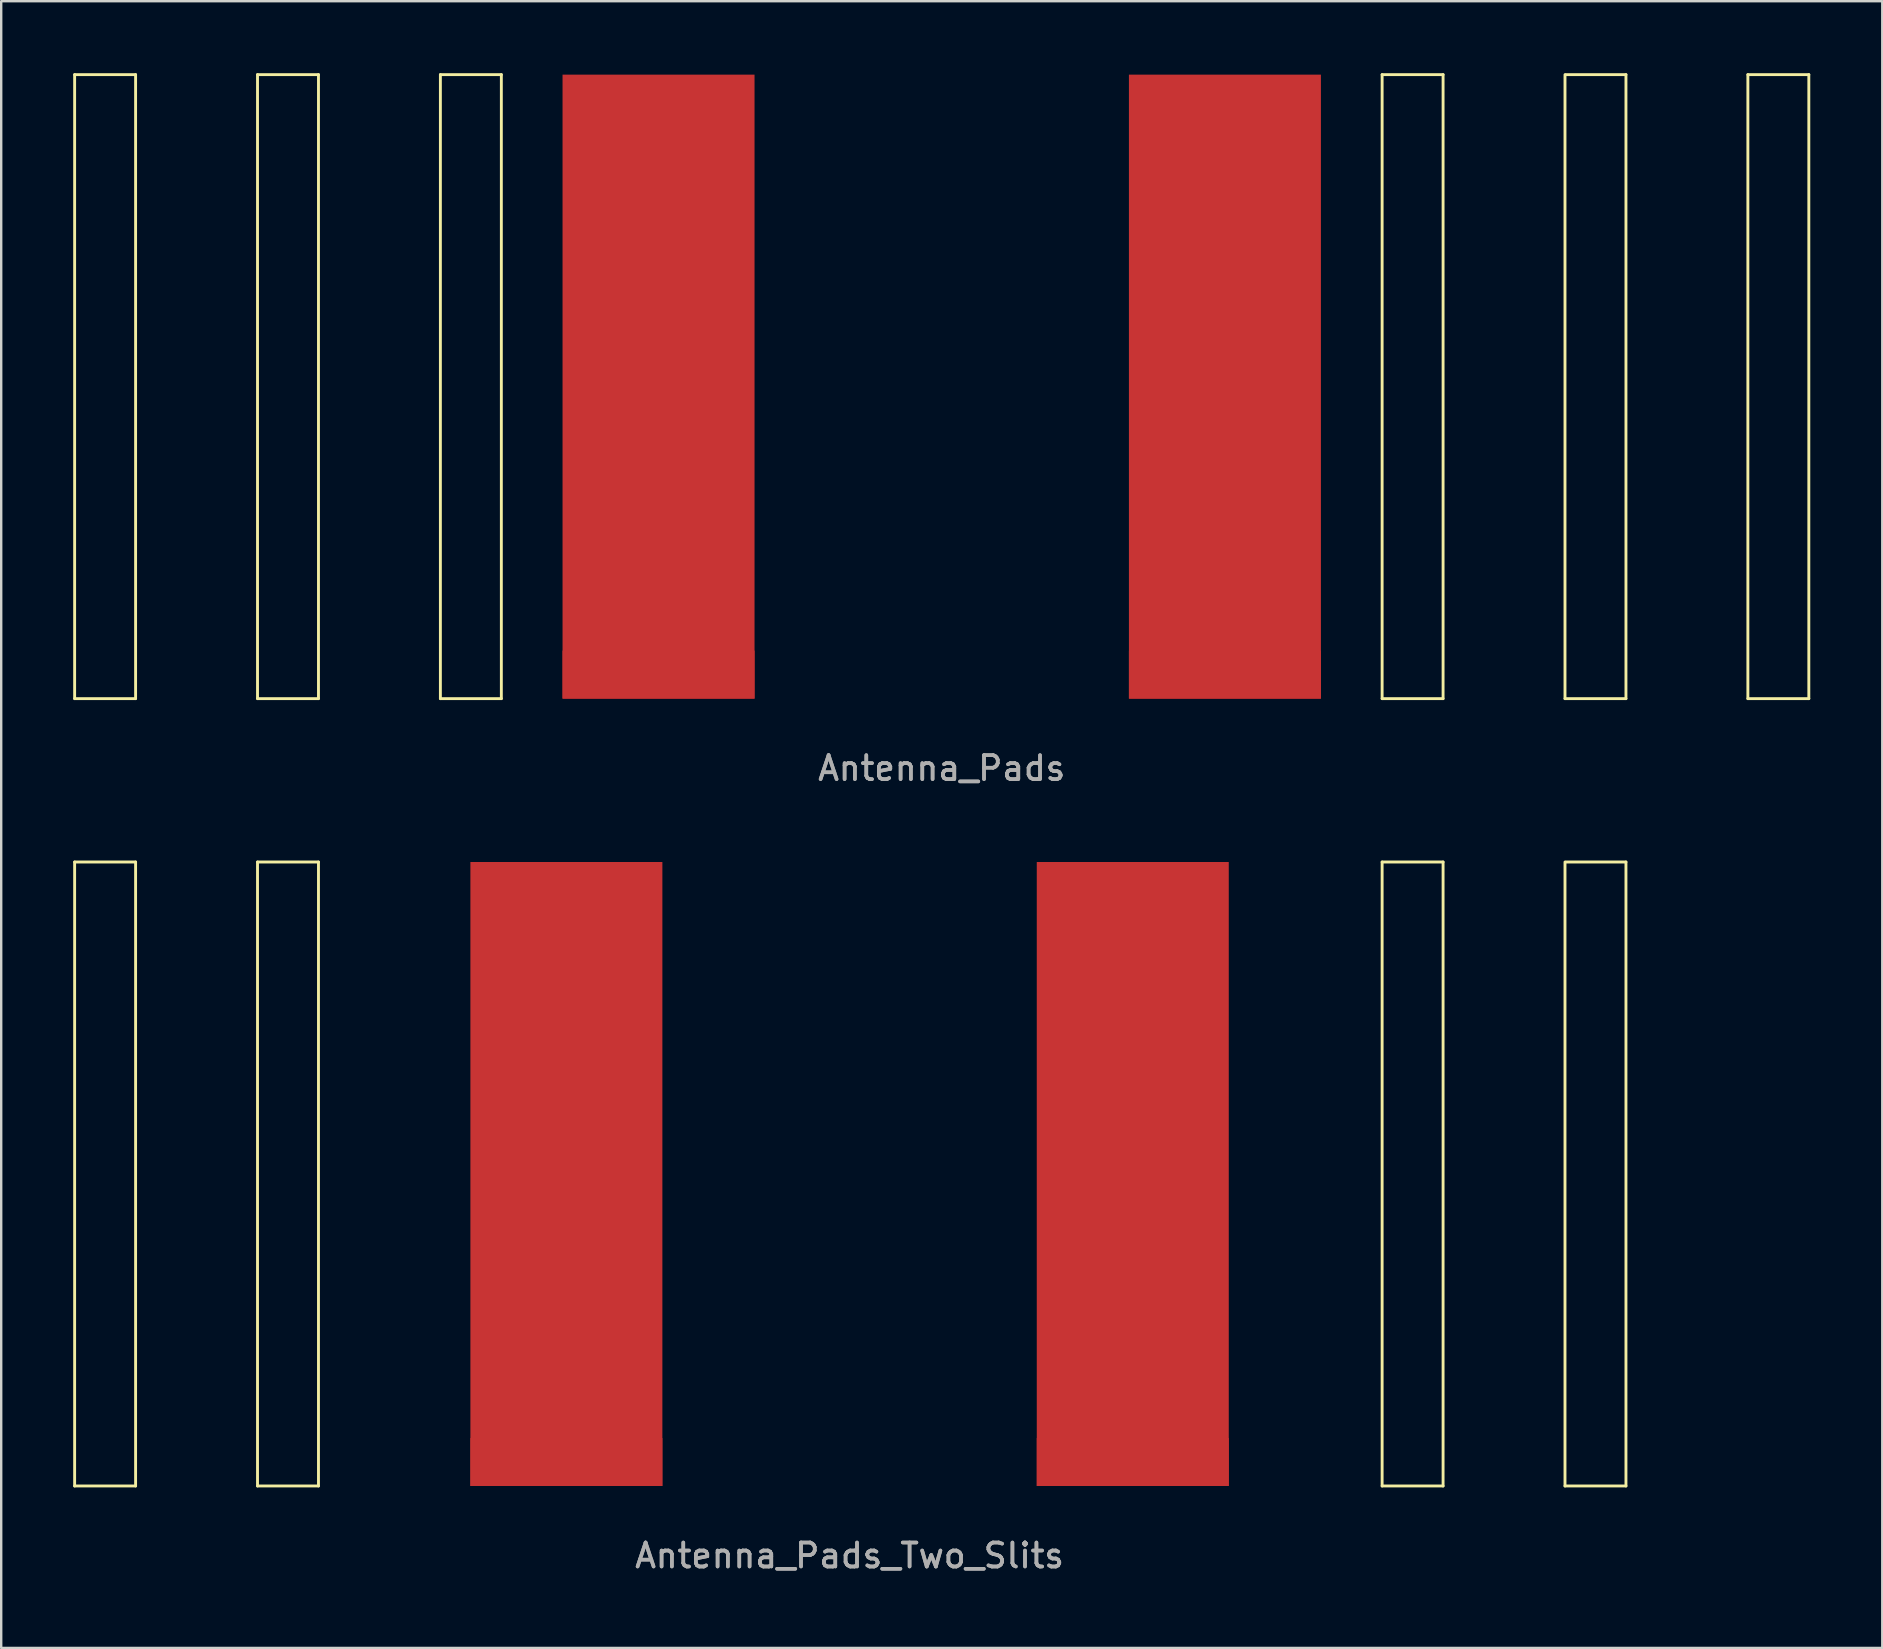
<source format=kicad_pcb>
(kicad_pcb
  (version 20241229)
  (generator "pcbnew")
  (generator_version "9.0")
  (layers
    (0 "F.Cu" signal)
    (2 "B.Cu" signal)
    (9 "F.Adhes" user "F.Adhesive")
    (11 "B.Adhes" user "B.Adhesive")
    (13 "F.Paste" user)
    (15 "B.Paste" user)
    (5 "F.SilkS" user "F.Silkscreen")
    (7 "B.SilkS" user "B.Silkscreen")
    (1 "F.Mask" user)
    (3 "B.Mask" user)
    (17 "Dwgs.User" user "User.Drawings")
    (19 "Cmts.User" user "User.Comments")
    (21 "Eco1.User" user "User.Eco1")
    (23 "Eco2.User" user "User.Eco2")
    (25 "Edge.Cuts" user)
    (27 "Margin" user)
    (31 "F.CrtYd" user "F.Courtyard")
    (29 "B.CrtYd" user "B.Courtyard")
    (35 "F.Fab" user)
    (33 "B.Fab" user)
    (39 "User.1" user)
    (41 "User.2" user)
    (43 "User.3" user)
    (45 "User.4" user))
  (footprint "Antenna_Pads_Two_Slits"
    (layer "F.Cu")
    (at 32.35 45.868)
    (property "Reference" "Antenna_Pads_Two_Slits" (at 0 15.9 0) (unlocked yes) (layer "F.Fab") (effects (font (size 1 1) (thickness 0.15))))
    (attr smd)
    (fp_line (start -32.29 -13) (end -32.29 13) (stroke (width 0.12) (type solid)) (layer "F.SilkS"))
    (fp_line (start -32.29 13) (end -29.75 13) (stroke (width 0.12) (type solid)) (layer "F.SilkS"))
    (fp_line (start -29.75 -13) (end -32.29 -13) (stroke (width 0.12) (type solid)) (layer "F.SilkS"))
    (fp_line (start -29.75 -13) (end -29.75 13) (stroke (width 0.12) (type solid)) (layer "F.SilkS"))
    (fp_line (start -24.67 -13) (end -24.67 13) (stroke (width 0.12) (type solid)) (layer "F.SilkS"))
    (fp_line (start -24.67 13) (end -22.13 13) (stroke (width 0.12) (type solid)) (layer "F.SilkS"))
    (fp_line (start -22.13 -13) (end -24.67 -13) (stroke (width 0.12) (type solid)) (layer "F.SilkS"))
    (fp_line (start -22.13 -13) (end -22.13 13) (stroke (width 0.12) (type solid)) (layer "F.SilkS"))
    (fp_line (start 22.19 -13) (end 22.19 13) (stroke (width 0.12) (type solid)) (layer "F.SilkS"))
    (fp_line (start 22.19 13) (end 24.73 13) (stroke (width 0.12) (type solid)) (layer "F.SilkS"))
    (fp_line (start 24.73 -13) (end 22.19 -13) (stroke (width 0.12) (type solid)) (layer "F.SilkS"))
    (fp_line (start 24.73 -13) (end 24.73 13) (stroke (width 0.12) (type solid)) (layer "F.SilkS"))
    (fp_line (start 29.81 -13) (end 29.81 13) (stroke (width 0.12) (type solid)) (layer "F.SilkS"))
    (fp_line (start 29.81 13) (end 32.35 13) (stroke (width 0.12) (type solid)) (layer "F.SilkS"))
    (fp_line (start 32.35 -13) (end 29.85 -13) (stroke (width 0.12) (type solid)) (layer "F.SilkS"))
    (fp_line (start 32.35 -13) (end 32.35 13) (stroke (width 0.12) (type solid)) (layer "F.SilkS"))
    (fp_text user "${REFERENCE}" (at 0 15.9 0) (unlocked yes) (layer "F.Fab") (effects (font (size 1 1) (thickness 0.15))))
    (pad "1" smd rect (at -11.8 0) (size 8 26) (layers "F.Cu" "F.Mask" "F.Paste"))
    (pad "1" smd rect (at -11.8 12) (size 8 2) (layers "F.Cu" "F.Mask" "F.Paste"))
    (pad "2" smd rect (at 11.8 0) (size 8 26) (layers "F.Cu" "F.Mask" "F.Paste"))
    (pad "2" smd rect (at 11.8 12) (size 8 2) (layers "F.Cu" "F.Mask" "F.Paste")))
  (footprint "Antenna_Pads"
    (layer "F.Cu")
    (at 36.19 13.06)
    (property "Reference" "Antenna_Pads" (at 0 15.9 0) (unlocked yes) (layer "F.Fab") (effects (font (size 1 1) (thickness 0.15))))
    (attr smd)
    (fp_line (start -36.13 -13) (end -36.13 13) (stroke (width 0.12) (type solid)) (layer "F.SilkS"))
    (fp_line (start -36.13 13) (end -33.59 13) (stroke (width 0.12) (type solid)) (layer "F.SilkS"))
    (fp_line (start -33.59 -13) (end -36.13 -13) (stroke (width 0.12) (type solid)) (layer "F.SilkS"))
    (fp_line (start -33.59 -13) (end -33.59 13) (stroke (width 0.12) (type solid)) (layer "F.SilkS"))
    (fp_line (start -28.51 -13) (end -28.51 13) (stroke (width 0.12) (type solid)) (layer "F.SilkS"))
    (fp_line (start -28.51 13) (end -25.97 13) (stroke (width 0.12) (type solid)) (layer "F.SilkS"))
    (fp_line (start -25.97 -13) (end -28.51 -13) (stroke (width 0.12) (type solid)) (layer "F.SilkS"))
    (fp_line (start -25.97 -13) (end -25.97 13) (stroke (width 0.12) (type solid)) (layer "F.SilkS"))
    (fp_line (start -20.89 -13) (end -20.89 13) (stroke (width 0.12) (type solid)) (layer "F.SilkS"))
    (fp_line (start -20.89 13) (end -18.35 13) (stroke (width 0.12) (type solid)) (layer "F.SilkS"))
    (fp_line (start -18.35 -13) (end -20.89 -13) (stroke (width 0.12) (type solid)) (layer "F.SilkS"))
    (fp_line (start -18.35 -13) (end -18.35 13) (stroke (width 0.12) (type solid)) (layer "F.SilkS"))
    (fp_line (start 18.35 -13) (end 18.35 13) (stroke (width 0.12) (type solid)) (layer "F.SilkS"))
    (fp_line (start 18.35 13) (end 20.89 13) (stroke (width 0.12) (type solid)) (layer "F.SilkS"))
    (fp_line (start 20.89 -13) (end 18.35 -13) (stroke (width 0.12) (type solid)) (layer "F.SilkS"))
    (fp_line (start 20.89 -13) (end 20.89 13) (stroke (width 0.12) (type solid)) (layer "F.SilkS"))
    (fp_line (start 25.97 -13) (end 25.97 13) (stroke (width 0.12) (type solid)) (layer "F.SilkS"))
    (fp_line (start 25.97 13) (end 28.51 13) (stroke (width 0.12) (type solid)) (layer "F.SilkS"))
    (fp_line (start 28.51 -13) (end 26.01 -13) (stroke (width 0.12) (type solid)) (layer "F.SilkS"))
    (fp_line (start 28.51 -13) (end 28.51 13) (stroke (width 0.12) (type solid)) (layer "F.SilkS"))
    (fp_line (start 33.59 -13) (end 33.59 13) (stroke (width 0.12) (type solid)) (layer "F.SilkS"))
    (fp_line (start 33.59 13) (end 36.13 13) (stroke (width 0.12) (type solid)) (layer "F.SilkS"))
    (fp_line (start 36.13 -13) (end 33.59 -13) (stroke (width 0.12) (type solid)) (layer "F.SilkS"))
    (fp_line (start 36.13 -13) (end 36.13 13) (stroke (width 0.12) (type solid)) (layer "F.SilkS"))
    (fp_text user "${REFERENCE}" (at 0 15.9 0) (unlocked yes) (layer "F.Fab") (effects (font (size 1 1) (thickness 0.15))))
    (pad "1" smd rect (at -11.8 0) (size 8 26) (layers "F.Cu" "F.Mask" "F.Paste"))
    (pad "1" smd rect (at -11.8 12) (size 8 2) (layers "F.Cu" "F.Mask" "F.Paste"))
    (pad "2" smd rect (at 11.8 0) (size 8 26) (layers "F.Cu" "F.Mask" "F.Paste"))
    (pad "2" smd rect (at 11.8 12) (size 8 2) (layers "F.Cu" "F.Mask" "F.Paste")))
  (gr_rect
    (start -3 -3)
    (end 75.38 65.617)
    (stroke (width 0.1) (type default))
    (fill no)
    (layer "Edge.Cuts")))
</source>
